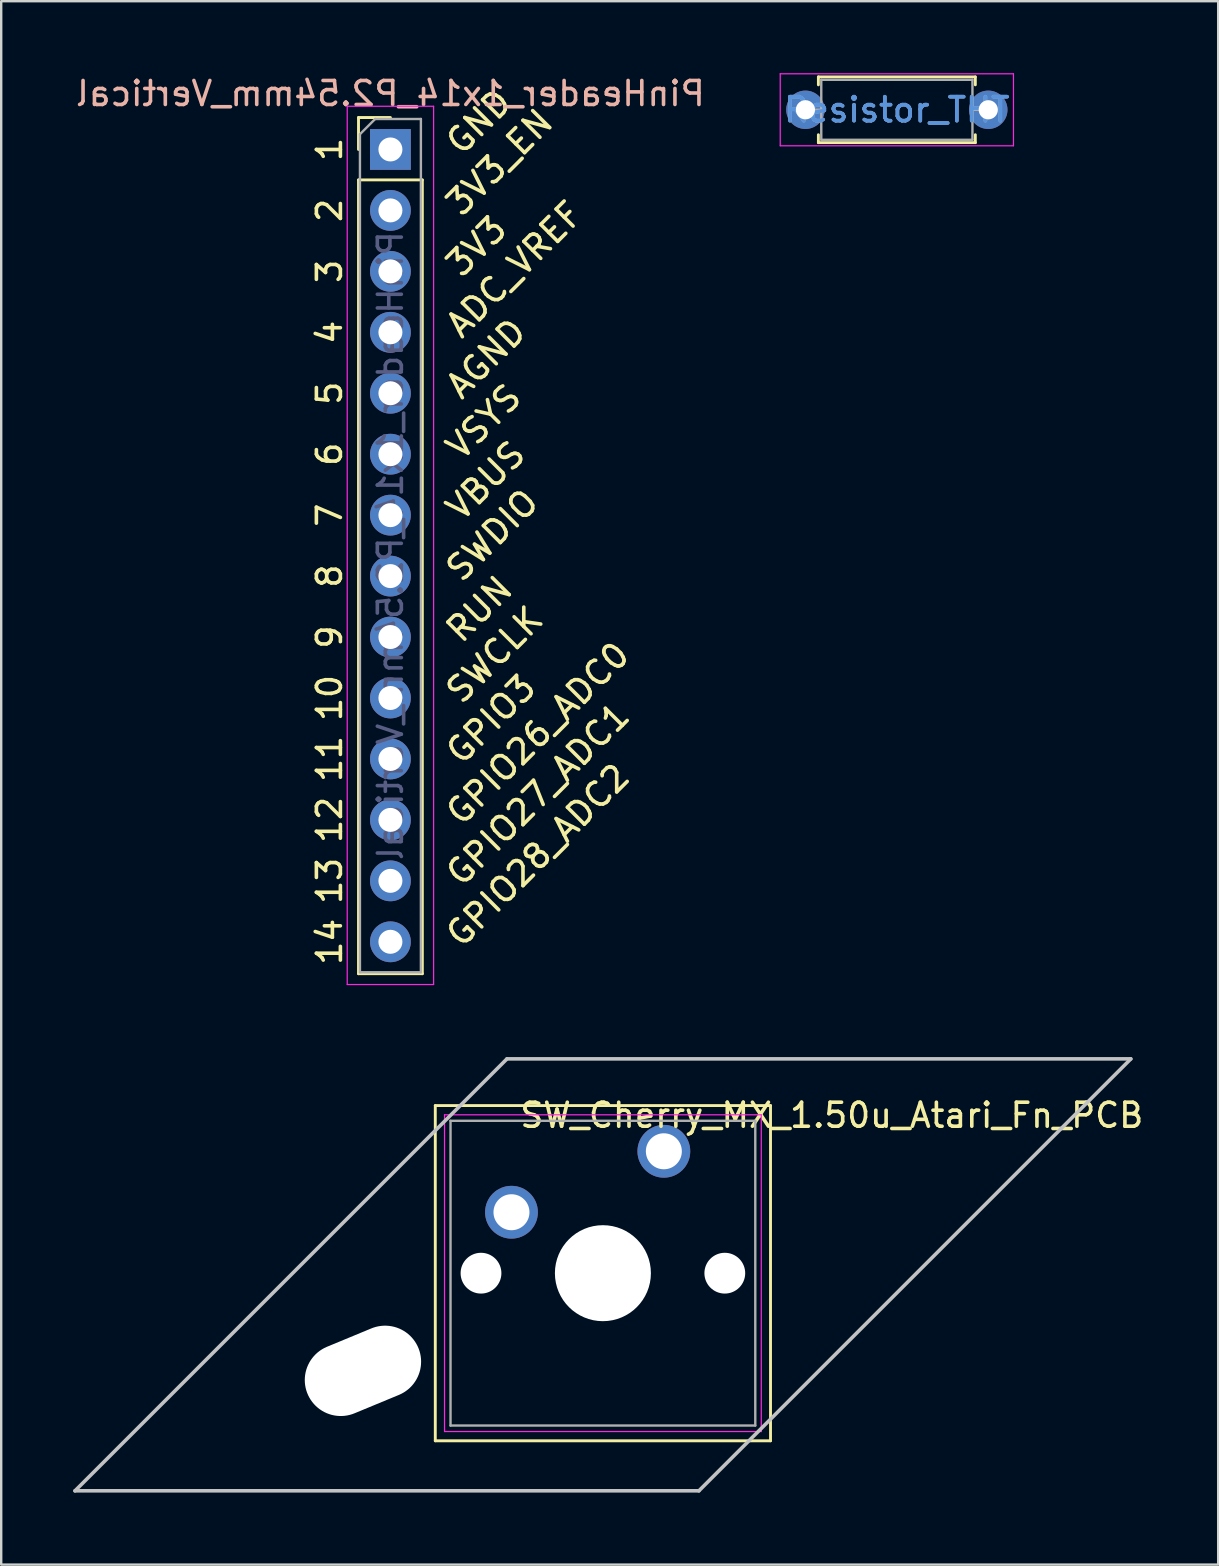
<source format=kicad_pcb>
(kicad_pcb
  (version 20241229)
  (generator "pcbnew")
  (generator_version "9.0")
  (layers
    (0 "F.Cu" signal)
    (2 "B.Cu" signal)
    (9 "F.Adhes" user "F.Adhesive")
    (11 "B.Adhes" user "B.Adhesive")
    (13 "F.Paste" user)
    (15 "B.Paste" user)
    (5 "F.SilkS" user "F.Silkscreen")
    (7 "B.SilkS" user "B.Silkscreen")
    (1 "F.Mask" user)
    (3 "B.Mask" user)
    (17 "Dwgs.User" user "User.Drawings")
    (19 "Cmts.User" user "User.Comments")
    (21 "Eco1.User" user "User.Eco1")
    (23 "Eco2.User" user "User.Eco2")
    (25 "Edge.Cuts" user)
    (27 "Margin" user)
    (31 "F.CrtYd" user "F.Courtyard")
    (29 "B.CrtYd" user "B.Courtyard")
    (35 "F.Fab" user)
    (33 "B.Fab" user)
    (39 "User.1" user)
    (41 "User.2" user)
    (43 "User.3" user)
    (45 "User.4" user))
  (footprint "Resistor_THT"
    (layer "F.Cu")
    (at 30.515 1.525)
    (property "Reference" "Resistor_THT" (at 3.81 0 0) (layer "Cmts.User") (effects (font (size 1 1) (thickness 0.15))))
    (attr through_hole)
    (fp_line (start 0.54 -1.37) (end 7.08 -1.37) (stroke (width 0.12) (type solid)) (layer "F.SilkS"))
    (fp_line (start 0.54 -1.04) (end 0.54 -1.37) (stroke (width 0.12) (type solid)) (layer "F.SilkS"))
    (fp_line (start 0.54 1.04) (end 0.54 1.37) (stroke (width 0.12) (type solid)) (layer "F.SilkS"))
    (fp_line (start 0.54 1.37) (end 7.08 1.37) (stroke (width 0.12) (type solid)) (layer "F.SilkS"))
    (fp_line (start 7.08 -1.37) (end 7.08 -1.04) (stroke (width 0.12) (type solid)) (layer "F.SilkS"))
    (fp_line (start 7.08 1.37) (end 7.08 1.04) (stroke (width 0.12) (type solid)) (layer "F.SilkS"))
    (fp_line (start -1.05 -1.5) (end -1.05 1.5) (stroke (width 0.05) (type solid)) (layer "F.CrtYd"))
    (fp_line (start -1.05 1.5) (end 8.67 1.5) (stroke (width 0.05) (type solid)) (layer "F.CrtYd"))
    (fp_line (start 8.67 -1.5) (end -1.05 -1.5) (stroke (width 0.05) (type solid)) (layer "F.CrtYd"))
    (fp_line (start 8.67 1.5) (end 8.67 -1.5) (stroke (width 0.05) (type solid)) (layer "F.CrtYd"))
    (fp_line (start 0 0) (end 0.66 0) (stroke (width 0.1) (type solid)) (layer "F.Fab"))
    (fp_line (start 0.66 -1.25) (end 0.66 1.25) (stroke (width 0.1) (type solid)) (layer "F.Fab"))
    (fp_line (start 0.66 1.25) (end 6.96 1.25) (stroke (width 0.1) (type solid)) (layer "F.Fab"))
    (fp_line (start 6.96 -1.25) (end 0.66 -1.25) (stroke (width 0.1) (type solid)) (layer "F.Fab"))
    (fp_line (start 6.96 1.25) (end 6.96 -1.25) (stroke (width 0.1) (type solid)) (layer "F.Fab"))
    (fp_line (start 7.62 0) (end 6.96 0) (stroke (width 0.1) (type solid)) (layer "F.Fab"))
    (fp_text user "${REFERENCE}" (at 3.81 0 0) (layer "F.Fab") (effects (font (size 1 1) (thickness 0.15))))
    (pad "1" thru_hole circle (at 0 0) (size 1.6 1.6) (drill 0.8) (layers "*.Cu" "*.Mask"))
    (pad "2" thru_hole oval (at 7.62 0) (size 1.6 1.6) (drill 0.8) (layers "*.Cu" "*.Mask")))
  (footprint "PinHeader_1x14_P2.54mm_Vertical"
    (layer "F.Cu")
    (at 13.22 3.178)
    (property "Reference" "PinHeader_1x14_P2.54mm_Vertical" (at 0 -2.33 180) (layer "B.SilkS") (effects (font (size 1 1) (thickness 0.15)) (justify mirror)))
    (attr through_hole)
    (fp_line (start -1.33 -1.33) (end 0 -1.33) (stroke (width 0.12) (type solid)) (layer "F.SilkS"))
    (fp_line (start -1.33 0) (end -1.33 -1.33) (stroke (width 0.12) (type solid)) (layer "F.SilkS"))
    (fp_line (start -1.33 1.27) (end -1.33 34.35) (stroke (width 0.12) (type solid)) (layer "F.SilkS"))
    (fp_line (start -1.33 1.27) (end 1.33 1.27) (stroke (width 0.12) (type solid)) (layer "F.SilkS"))
    (fp_line (start -1.33 34.35) (end 1.33 34.35) (stroke (width 0.12) (type solid)) (layer "F.SilkS"))
    (fp_line (start 1.33 1.27) (end 1.33 34.35) (stroke (width 0.12) (type solid)) (layer "F.SilkS"))
    (fp_line (start -1.8 -1.8) (end -1.8 34.8) (stroke (width 0.05) (type solid)) (layer "F.CrtYd"))
    (fp_line (start -1.8 34.8) (end 1.8 34.8) (stroke (width 0.05) (type solid)) (layer "F.CrtYd"))
    (fp_line (start 1.8 -1.8) (end -1.8 -1.8) (stroke (width 0.05) (type solid)) (layer "F.CrtYd"))
    (fp_line (start 1.8 34.8) (end 1.8 -1.8) (stroke (width 0.05) (type solid)) (layer "F.CrtYd"))
    (fp_line (start -1.27 -0.635) (end -0.635 -1.27) (stroke (width 0.1) (type solid)) (layer "F.Fab"))
    (fp_line (start -1.27 34.29) (end -1.27 -0.635) (stroke (width 0.1) (type solid)) (layer "F.Fab"))
    (fp_line (start -0.635 -1.27) (end 1.27 -1.27) (stroke (width 0.1) (type solid)) (layer "F.Fab"))
    (fp_line (start 1.27 -1.27) (end 1.27 34.29) (stroke (width 0.1) (type solid)) (layer "F.Fab"))
    (fp_line (start 1.27 34.29) (end -1.27 34.29) (stroke (width 0.1) (type solid)) (layer "F.Fab"))
    (fp_text user "14" (at -2.54 33.02 90) (layer "F.SilkS") (effects (font (size 1 1) (thickness 0.15))))
    (fp_text user "GPIO3" (at 2.54 25.4 45) (layer "F.SilkS") (effects (font (size 1 1) (thickness 0.15)) (justify left)))
    (fp_text user "7" (at -2.54 15.24 90) (layer "F.SilkS") (effects (font (size 1 1) (thickness 0.15))))
    (fp_text user "6" (at -2.54 12.7 90) (layer "F.SilkS") (effects (font (size 1 1) (thickness 0.15))))
    (fp_text user "GPIO26_ADC0" (at 2.54 27.94 45) (layer "F.SilkS") (effects (font (size 1 1) (thickness 0.15)) (justify left)))
    (fp_text user "3" (at -2.54 5.08 90) (layer "F.SilkS") (effects (font (size 1 1) (thickness 0.15))))
    (fp_text user "4" (at -2.54 7.62 90) (layer "F.SilkS") (effects (font (size 1 1) (thickness 0.15))))
    (fp_text user "5" (at -2.54 10.16 90) (layer "F.SilkS") (effects (font (size 1 1) (thickness 0.15))))
    (fp_text user "13" (at -2.54 30.48 90) (layer "F.SilkS") (effects (font (size 1 1) (thickness 0.15))))
    (fp_text user "3V3_EN" (at 2.54 2.54 45) (layer "F.SilkS") (effects (font (size 1 1) (thickness 0.15)) (justify left)))
    (fp_text user "3V3" (at 2.54 5.08 45) (layer "F.SilkS") (effects (font (size 1 1) (thickness 0.15)) (justify left)))
    (fp_text user "12" (at -2.54 27.94 90) (layer "F.SilkS") (effects (font (size 1 1) (thickness 0.15))))
    (fp_text user "RUN" (at 2.54 20.32 45) (layer "F.SilkS") (effects (font (size 1 1) (thickness 0.15)) (justify left)))
    (fp_text user "2" (at -2.54 2.54 90) (layer "F.SilkS") (effects (font (size 1 1) (thickness 0.15))))
    (fp_text user "GND" (at 2.54 0 45) (layer "F.SilkS") (effects (font (size 1 1) (thickness 0.15)) (justify left)))
    (fp_text user "VBUS" (at 2.54 15.24 45) (layer "F.SilkS") (effects (font (size 1 1) (thickness 0.15)) (justify left)))
    (fp_text user "AGND" (at 2.54 10.16 45) (layer "F.SilkS") (effects (font (size 1 1) (thickness 0.15)) (justify left)))
    (fp_text user "GPIO28_ADC2" (at 2.54 33.02 45) (layer "F.SilkS") (effects (font (size 1 1) (thickness 0.15)) (justify left)))
    (fp_text user "8" (at -2.54 17.78 90) (layer "F.SilkS") (effects (font (size 1 1) (thickness 0.15))))
    (fp_text user "GPIO27_ADC1" (at 2.54 30.48 45) (layer "F.SilkS") (effects (font (size 1 1) (thickness 0.15)) (justify left)))
    (fp_text user "SWCLK" (at 2.54 22.86 45) (layer "F.SilkS") (effects (font (size 1 1) (thickness 0.15)) (justify left)))
    (fp_text user "1" (at -2.54 0 90) (layer "F.SilkS") (effects (font (size 1 1) (thickness 0.15))))
    (fp_text user "9" (at -2.54 20.32 90) (layer "F.SilkS") (effects (font (size 1 1) (thickness 0.15))))
    (fp_text user "VSYS" (at 2.54 12.7 45) (layer "F.SilkS") (effects (font (size 1 1) (thickness 0.15)) (justify left)))
    (fp_text user "10" (at -2.54 22.86 90) (layer "F.SilkS") (effects (font (size 1 1) (thickness 0.15))))
    (fp_text user "SWDIO" (at 2.54 17.78 45) (layer "F.SilkS") (effects (font (size 1 1) (thickness 0.15)) (justify left)))
    (fp_text user "11" (at -2.54 25.4 90) (layer "F.SilkS") (effects (font (size 1 1) (thickness 0.15))))
    (fp_text user "ADC_VREF" (at 2.54 7.62 45) (layer "F.SilkS") (effects (font (size 1 1) (thickness 0.15)) (justify left)))
    (fp_text user "${REFERENCE}" (at 0 16.51 90) (layer "B.Fab") (effects (font (size 1 1) (thickness 0.15)) (justify mirror)))
    (pad "1" thru_hole rect (at 0 0) (size 1.7 1.7) (drill 1) (layers "*.Cu" "*.Mask"))
    (pad "2" thru_hole oval (at 0 2.54) (size 1.7 1.7) (drill 1) (layers "*.Cu" "*.Mask"))
    (pad "3" thru_hole oval (at 0 5.08) (size 1.7 1.7) (drill 1) (layers "*.Cu" "*.Mask"))
    (pad "4" thru_hole oval (at 0 7.62) (size 1.7 1.7) (drill 1) (layers "*.Cu" "*.Mask"))
    (pad "5" thru_hole oval (at 0 10.16) (size 1.7 1.7) (drill 1) (layers "*.Cu" "*.Mask"))
    (pad "6" thru_hole oval (at 0 12.7) (size 1.7 1.7) (drill 1) (layers "*.Cu" "*.Mask"))
    (pad "7" thru_hole oval (at 0 15.24) (size 1.7 1.7) (drill 1) (layers "*.Cu" "*.Mask"))
    (pad "8" thru_hole oval (at 0 17.78) (size 1.7 1.7) (drill 1) (layers "*.Cu" "*.Mask"))
    (pad "9" thru_hole oval (at 0 20.32) (size 1.7 1.7) (drill 1) (layers "*.Cu" "*.Mask"))
    (pad "10" thru_hole oval (at 0 22.86) (size 1.7 1.7) (drill 1) (layers "*.Cu" "*.Mask"))
    (pad "11" thru_hole oval (at 0 25.4) (size 1.7 1.7) (drill 1) (layers "*.Cu" "*.Mask"))
    (pad "12" thru_hole oval (at 0 27.94) (size 1.7 1.7) (drill 1) (layers "*.Cu" "*.Mask"))
    (pad "13" thru_hole oval (at 0 30.48) (size 1.7 1.7) (drill 1) (layers "*.Cu" "*.Mask"))
    (pad "14" thru_hole oval (at 0 33.02) (size 1.7 1.7) (drill 1) (layers "*.Cu" "*.Mask")))
  (footprint "SW_Cherry_MX_1.50u_Atari_Fn_PCB"
    (layer "F.Cu")
    (at 22.075 50.008)
    (property "Reference" "SW_Cherry_MX_1.50u_Atari_Fn_PCB" (at 9.54 -6.58 0) (layer "F.SilkS") (effects (font (size 1 1) (thickness 0.15))))
    (attr through_hole)
    (fp_line (start -6.985 -6.985) (end 6.985 -6.985) (stroke (width 0.12) (type solid)) (layer "F.SilkS"))
    (fp_line (start -6.985 6.985) (end -6.985 -6.985) (stroke (width 0.12) (type solid)) (layer "F.SilkS"))
    (fp_line (start 6.985 -6.985) (end 6.985 6.985) (stroke (width 0.12) (type solid)) (layer "F.SilkS"))
    (fp_line (start 6.985 6.985) (end -6.985 6.985) (stroke (width 0.12) (type solid)) (layer "F.SilkS"))
    (fp_line (start -22 9.07) (end -4 -8.93) (stroke (width 0.15) (type solid)) (layer "Dwgs.User"))
    (fp_line (start -4 -8.93) (end 22 -8.93) (stroke (width 0.15) (type solid)) (layer "Dwgs.User"))
    (fp_line (start 4 9.07) (end -22 9.07) (stroke (width 0.15) (type solid)) (layer "Dwgs.User"))
    (fp_line (start 22 -8.93) (end 4 9.07) (stroke (width 0.15) (type solid)) (layer "Dwgs.User"))
    (fp_line (start -6.6 -6.6) (end 6.6 -6.6) (stroke (width 0.05) (type solid)) (layer "F.CrtYd"))
    (fp_line (start -6.6 6.6) (end -6.6 -6.6) (stroke (width 0.05) (type solid)) (layer "F.CrtYd"))
    (fp_line (start 6.6 -6.6) (end 6.6 6.6) (stroke (width 0.05) (type solid)) (layer "F.CrtYd"))
    (fp_line (start 6.6 6.6) (end -6.6 6.6) (stroke (width 0.05) (type solid)) (layer "F.CrtYd"))
    (fp_line (start -6.35 -6.35) (end 6.35 -6.35) (stroke (width 0.1) (type solid)) (layer "F.Fab"))
    (fp_line (start -6.35 6.35) (end -6.35 -6.35) (stroke (width 0.1) (type solid)) (layer "F.Fab"))
    (fp_line (start 6.35 -6.35) (end 6.35 6.35) (stroke (width 0.1) (type solid)) (layer "F.Fab"))
    (fp_line (start 6.35 6.35) (end -6.35 6.35) (stroke (width 0.1) (type solid)) (layer "F.Fab"))
    (pad "" np_thru_hole oval (at -10 4.07 292.5) (size 3 5) (drill oval 3 5) (layers "*.Cu" "*.Mask"))
    (pad "" np_thru_hole circle (at -5.08 0) (size 1.7 1.7) (drill 1.7) (layers "*.Cu" "*.Mask"))
    (pad "" np_thru_hole circle (at 0 0) (size 4 4) (drill 4) (layers "*.Cu" "*.Mask"))
    (pad "" np_thru_hole circle (at 5.08 0) (size 1.7 1.7) (drill 1.7) (layers "*.Cu" "*.Mask"))
    (pad "1" thru_hole circle (at 2.54 -5.08) (size 2.2 2.2) (drill 1.5) (layers "*.Cu" "*.Mask"))
    (pad "2" thru_hole circle (at -3.81 -2.54) (size 2.2 2.2) (drill 1.5) (layers "*.Cu" "*.Mask")))
  (gr_rect
    (start -3 -3)
    (end 47.716 62.153)
    (stroke (width 0.1) (type default))
    (fill no)
    (layer "Edge.Cuts")))
</source>
